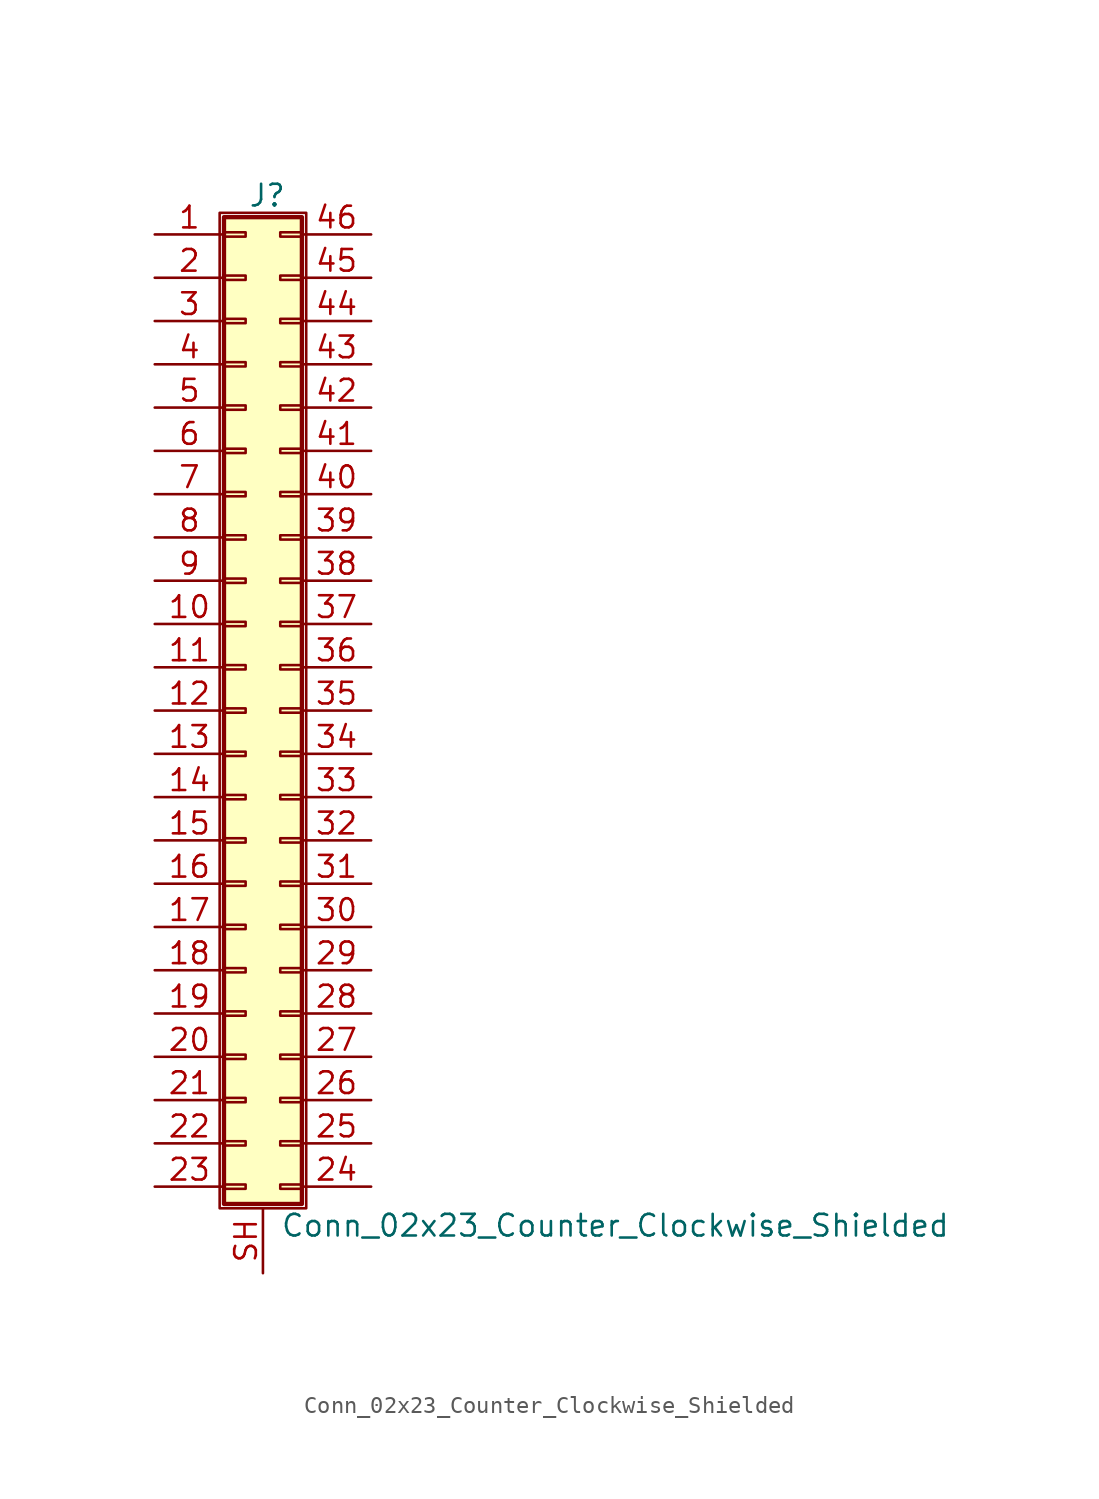
<source format=kicad_sym>
(kicad_symbol_lib
  (version 20201005)
  (generator kicad_symbol_editor)
  (symbol "Conn_02x23_Counter_Clockwise_Shielded"
    (pin_names
      (offset 1.016) hide)
    (property "Reference" "J"
      (at 1.524 30.226 0)
      (effects (font (size 1.27 1.27))))
    (property "Value" "Conn_02x23_Counter_Clockwise_Shielded"
      (at 2.286 -30.226 0)
      (effects (font (size 1.27 1.27)) (justify left)))
    (symbol "Conn_02x23_Counter_Clockwise_Shielded_1_1"
      (rectangle (start -1.27 29.21) (end 3.81 -29.21) (stroke (width 0.152)) (fill (type none)))
      (rectangle (start -1.016 -27.813) (end 0.254 -28.067) (stroke (width 0.152)) (fill (type none)))
      (rectangle (start -1.016 -25.273) (end 0.254 -25.527) (stroke (width 0.152)) (fill (type none)))
      (rectangle (start -1.016 -22.733) (end 0.254 -22.987) (stroke (width 0.152)) (fill (type none)))
      (rectangle (start -1.016 -20.193) (end 0.254 -20.447) (stroke (width 0.152)) (fill (type none)))
      (rectangle (start -1.016 -17.653) (end 0.254 -17.907) (stroke (width 0.152)) (fill (type none)))
      (rectangle (start -1.016 -15.113) (end 0.254 -15.367) (stroke (width 0.152)) (fill (type none)))
      (rectangle (start -1.016 -12.573) (end 0.254 -12.827) (stroke (width 0.152)) (fill (type none)))
      (rectangle (start -1.016 -10.033) (end 0.254 -10.287) (stroke (width 0.152)) (fill (type none)))
      (rectangle (start -1.016 -7.493) (end 0.254 -7.747) (stroke (width 0.152)) (fill (type none)))
      (rectangle (start -1.016 -4.953) (end 0.254 -5.207) (stroke (width 0.152)) (fill (type none)))
      (rectangle (start -1.016 -2.413) (end 0.254 -2.667) (stroke (width 0.152)) (fill (type none)))
      (rectangle (start -1.016 0.127) (end 0.254 -0.127) (stroke (width 0.152)) (fill (type none)))
      (rectangle (start -1.016 2.667) (end 0.254 2.413) (stroke (width 0.152)) (fill (type none)))
      (rectangle (start -1.016 5.207) (end 0.254 4.953) (stroke (width 0.152)) (fill (type none)))
      (rectangle (start -1.016 7.747) (end 0.254 7.493) (stroke (width 0.152)) (fill (type none)))
      (rectangle (start -1.016 10.287) (end 0.254 10.033) (stroke (width 0.152)) (fill (type none)))
      (rectangle (start -1.016 12.827) (end 0.254 12.573) (stroke (width 0.152)) (fill (type none)))
      (rectangle (start -1.016 15.367) (end 0.254 15.113) (stroke (width 0.152)) (fill (type none)))
      (rectangle (start -1.016 17.907) (end 0.254 17.653) (stroke (width 0.152)) (fill (type none)))
      (rectangle (start -1.016 20.447) (end 0.254 20.193) (stroke (width 0.152)) (fill (type none)))
      (rectangle (start -1.016 22.987) (end 0.254 22.733) (stroke (width 0.152)) (fill (type none)))
      (rectangle (start -1.016 25.527) (end 0.254 25.273) (stroke (width 0.152)) (fill (type none)))
      (rectangle (start -1.016 28.067) (end 0.254 27.813) (stroke (width 0.152)) (fill (type none)))
      (rectangle (start -1.016 28.956) (end 3.556 -28.956) (stroke (width 0.254)) (fill (type background)))
      (rectangle (start 3.556 -27.813) (end 2.286 -28.067) (stroke (width 0.152)) (fill (type none)))
      (rectangle (start 3.556 -25.273) (end 2.286 -25.527) (stroke (width 0.152)) (fill (type none)))
      (rectangle (start 3.556 -22.733) (end 2.286 -22.987) (stroke (width 0.152)) (fill (type none)))
      (rectangle (start 3.556 -20.193) (end 2.286 -20.447) (stroke (width 0.152)) (fill (type none)))
      (rectangle (start 3.556 -17.653) (end 2.286 -17.907) (stroke (width 0.152)) (fill (type none)))
      (rectangle (start 3.556 -15.113) (end 2.286 -15.367) (stroke (width 0.152)) (fill (type none)))
      (rectangle (start 3.556 -12.573) (end 2.286 -12.827) (stroke (width 0.152)) (fill (type none)))
      (rectangle (start 3.556 -10.033) (end 2.286 -10.287) (stroke (width 0.152)) (fill (type none)))
      (rectangle (start 3.556 -7.493) (end 2.286 -7.747) (stroke (width 0.152)) (fill (type none)))
      (rectangle (start 3.556 -4.953) (end 2.286 -5.207) (stroke (width 0.152)) (fill (type none)))
      (rectangle (start 3.556 -2.413) (end 2.286 -2.667) (stroke (width 0.152)) (fill (type none)))
      (rectangle (start 3.556 0.127) (end 2.286 -0.127) (stroke (width 0.152)) (fill (type none)))
      (rectangle (start 3.556 2.667) (end 2.286 2.413) (stroke (width 0.152)) (fill (type none)))
      (rectangle (start 3.556 5.207) (end 2.286 4.953) (stroke (width 0.152)) (fill (type none)))
      (rectangle (start 3.556 7.747) (end 2.286 7.493) (stroke (width 0.152)) (fill (type none)))
      (rectangle (start 3.556 10.287) (end 2.286 10.033) (stroke (width 0.152)) (fill (type none)))
      (rectangle (start 3.556 12.827) (end 2.286 12.573) (stroke (width 0.152)) (fill (type none)))
      (rectangle (start 3.556 15.367) (end 2.286 15.113) (stroke (width 0.152)) (fill (type none)))
      (rectangle (start 3.556 17.907) (end 2.286 17.653) (stroke (width 0.152)) (fill (type none)))
      (rectangle (start 3.556 20.447) (end 2.286 20.193) (stroke (width 0.152)) (fill (type none)))
      (rectangle (start 3.556 22.987) (end 2.286 22.733) (stroke (width 0.152)) (fill (type none)))
      (rectangle (start 3.556 25.527) (end 2.286 25.273) (stroke (width 0.152)) (fill (type none)))
      (rectangle (start 3.556 28.067) (end 2.286 27.813) (stroke (width 0.152)) (fill (type none)))
      (pin passive line (at -5.08 27.94 0) (length 4.064) (name "Pin_1" (effects (font (size 1.27 1.27)))) (number "1" (effects (font (size 1.27 1.27)))))
      (pin passive line (at -5.08 5.08 0) (length 4.064) (name "Pin_10" (effects (font (size 1.27 1.27)))) (number "10" (effects (font (size 1.27 1.27)))))
      (pin passive line (at -5.08 2.54 0) (length 4.064) (name "Pin_11" (effects (font (size 1.27 1.27)))) (number "11" (effects (font (size 1.27 1.27)))))
      (pin passive line (at -5.08 0 0) (length 4.064) (name "Pin_12" (effects (font (size 1.27 1.27)))) (number "12" (effects (font (size 1.27 1.27)))))
      (pin passive line (at -5.08 -2.54 0) (length 4.064) (name "Pin_13" (effects (font (size 1.27 1.27)))) (number "13" (effects (font (size 1.27 1.27)))))
      (pin passive line (at -5.08 -5.08 0) (length 4.064) (name "Pin_14" (effects (font (size 1.27 1.27)))) (number "14" (effects (font (size 1.27 1.27)))))
      (pin passive line (at -5.08 -7.62 0) (length 4.064) (name "Pin_15" (effects (font (size 1.27 1.27)))) (number "15" (effects (font (size 1.27 1.27)))))
      (pin passive line (at -5.08 -10.16 0) (length 4.064) (name "Pin_16" (effects (font (size 1.27 1.27)))) (number "16" (effects (font (size 1.27 1.27)))))
      (pin passive line (at -5.08 -12.7 0) (length 4.064) (name "Pin_17" (effects (font (size 1.27 1.27)))) (number "17" (effects (font (size 1.27 1.27)))))
      (pin passive line (at -5.08 -15.24 0) (length 4.064) (name "Pin_18" (effects (font (size 1.27 1.27)))) (number "18" (effects (font (size 1.27 1.27)))))
      (pin passive line (at -5.08 -17.78 0) (length 4.064) (name "Pin_19" (effects (font (size 1.27 1.27)))) (number "19" (effects (font (size 1.27 1.27)))))
      (pin passive line (at -5.08 25.4 0) (length 4.064) (name "Pin_2" (effects (font (size 1.27 1.27)))) (number "2" (effects (font (size 1.27 1.27)))))
      (pin passive line (at -5.08 -20.32 0) (length 4.064) (name "Pin_20" (effects (font (size 1.27 1.27)))) (number "20" (effects (font (size 1.27 1.27)))))
      (pin passive line (at -5.08 -22.86 0) (length 4.064) (name "Pin_21" (effects (font (size 1.27 1.27)))) (number "21" (effects (font (size 1.27 1.27)))))
      (pin passive line (at -5.08 -25.4 0) (length 4.064) (name "Pin_22" (effects (font (size 1.27 1.27)))) (number "22" (effects (font (size 1.27 1.27)))))
      (pin passive line (at -5.08 -27.94 0) (length 4.064) (name "Pin_23" (effects (font (size 1.27 1.27)))) (number "23" (effects (font (size 1.27 1.27)))))
      (pin passive line (at 7.62 -27.94 180) (length 4.064) (name "Pin_24" (effects (font (size 1.27 1.27)))) (number "24" (effects (font (size 1.27 1.27)))))
      (pin passive line (at 7.62 -25.4 180) (length 4.064) (name "Pin_25" (effects (font (size 1.27 1.27)))) (number "25" (effects (font (size 1.27 1.27)))))
      (pin passive line (at 7.62 -22.86 180) (length 4.064) (name "Pin_26" (effects (font (size 1.27 1.27)))) (number "26" (effects (font (size 1.27 1.27)))))
      (pin passive line (at 7.62 -20.32 180) (length 4.064) (name "Pin_27" (effects (font (size 1.27 1.27)))) (number "27" (effects (font (size 1.27 1.27)))))
      (pin passive line (at 7.62 -17.78 180) (length 4.064) (name "Pin_28" (effects (font (size 1.27 1.27)))) (number "28" (effects (font (size 1.27 1.27)))))
      (pin passive line (at 7.62 -15.24 180) (length 4.064) (name "Pin_29" (effects (font (size 1.27 1.27)))) (number "29" (effects (font (size 1.27 1.27)))))
      (pin passive line (at -5.08 22.86 0) (length 4.064) (name "Pin_3" (effects (font (size 1.27 1.27)))) (number "3" (effects (font (size 1.27 1.27)))))
      (pin passive line (at 7.62 -12.7 180) (length 4.064) (name "Pin_30" (effects (font (size 1.27 1.27)))) (number "30" (effects (font (size 1.27 1.27)))))
      (pin passive line (at 7.62 -10.16 180) (length 4.064) (name "Pin_31" (effects (font (size 1.27 1.27)))) (number "31" (effects (font (size 1.27 1.27)))))
      (pin passive line (at 7.62 -7.62 180) (length 4.064) (name "Pin_32" (effects (font (size 1.27 1.27)))) (number "32" (effects (font (size 1.27 1.27)))))
      (pin passive line (at 7.62 -5.08 180) (length 4.064) (name "Pin_33" (effects (font (size 1.27 1.27)))) (number "33" (effects (font (size 1.27 1.27)))))
      (pin passive line (at 7.62 -2.54 180) (length 4.064) (name "Pin_34" (effects (font (size 1.27 1.27)))) (number "34" (effects (font (size 1.27 1.27)))))
      (pin passive line (at 7.62 0 180) (length 4.064) (name "Pin_35" (effects (font (size 1.27 1.27)))) (number "35" (effects (font (size 1.27 1.27)))))
      (pin passive line (at 7.62 2.54 180) (length 4.064) (name "Pin_36" (effects (font (size 1.27 1.27)))) (number "36" (effects (font (size 1.27 1.27)))))
      (pin passive line (at 7.62 5.08 180) (length 4.064) (name "Pin_37" (effects (font (size 1.27 1.27)))) (number "37" (effects (font (size 1.27 1.27)))))
      (pin passive line (at 7.62 7.62 180) (length 4.064) (name "Pin_38" (effects (font (size 1.27 1.27)))) (number "38" (effects (font (size 1.27 1.27)))))
      (pin passive line (at 7.62 10.16 180) (length 4.064) (name "Pin_39" (effects (font (size 1.27 1.27)))) (number "39" (effects (font (size 1.27 1.27)))))
      (pin passive line (at -5.08 20.32 0) (length 4.064) (name "Pin_4" (effects (font (size 1.27 1.27)))) (number "4" (effects (font (size 1.27 1.27)))))
      (pin passive line (at 7.62 12.7 180) (length 4.064) (name "Pin_40" (effects (font (size 1.27 1.27)))) (number "40" (effects (font (size 1.27 1.27)))))
      (pin passive line (at 7.62 15.24 180) (length 4.064) (name "Pin_41" (effects (font (size 1.27 1.27)))) (number "41" (effects (font (size 1.27 1.27)))))
      (pin passive line (at 7.62 17.78 180) (length 4.064) (name "Pin_42" (effects (font (size 1.27 1.27)))) (number "42" (effects (font (size 1.27 1.27)))))
      (pin passive line (at 7.62 20.32 180) (length 4.064) (name "Pin_43" (effects (font (size 1.27 1.27)))) (number "43" (effects (font (size 1.27 1.27)))))
      (pin passive line (at 7.62 22.86 180) (length 4.064) (name "Pin_44" (effects (font (size 1.27 1.27)))) (number "44" (effects (font (size 1.27 1.27)))))
      (pin passive line (at 7.62 25.4 180) (length 4.064) (name "Pin_45" (effects (font (size 1.27 1.27)))) (number "45" (effects (font (size 1.27 1.27)))))
      (pin passive line (at 7.62 27.94 180) (length 4.064) (name "Pin_46" (effects (font (size 1.27 1.27)))) (number "46" (effects (font (size 1.27 1.27)))))
      (pin passive line (at -5.08 17.78 0) (length 4.064) (name "Pin_5" (effects (font (size 1.27 1.27)))) (number "5" (effects (font (size 1.27 1.27)))))
      (pin passive line (at -5.08 15.24 0) (length 4.064) (name "Pin_6" (effects (font (size 1.27 1.27)))) (number "6" (effects (font (size 1.27 1.27)))))
      (pin passive line (at -5.08 12.7 0) (length 4.064) (name "Pin_7" (effects (font (size 1.27 1.27)))) (number "7" (effects (font (size 1.27 1.27)))))
      (pin passive line (at -5.08 10.16 0) (length 4.064) (name "Pin_8" (effects (font (size 1.27 1.27)))) (number "8" (effects (font (size 1.27 1.27)))))
      (pin passive line (at -5.08 7.62 0) (length 4.064) (name "Pin_9" (effects (font (size 1.27 1.27)))) (number "9" (effects (font (size 1.27 1.27)))))
      (pin passive line (at 1.27 -33.02 90) (length 3.81) (name "Shield" (effects (font (size 1.27 1.27)))) (number "SH" (effects (font (size 1.27 1.27))))))))
</source>
